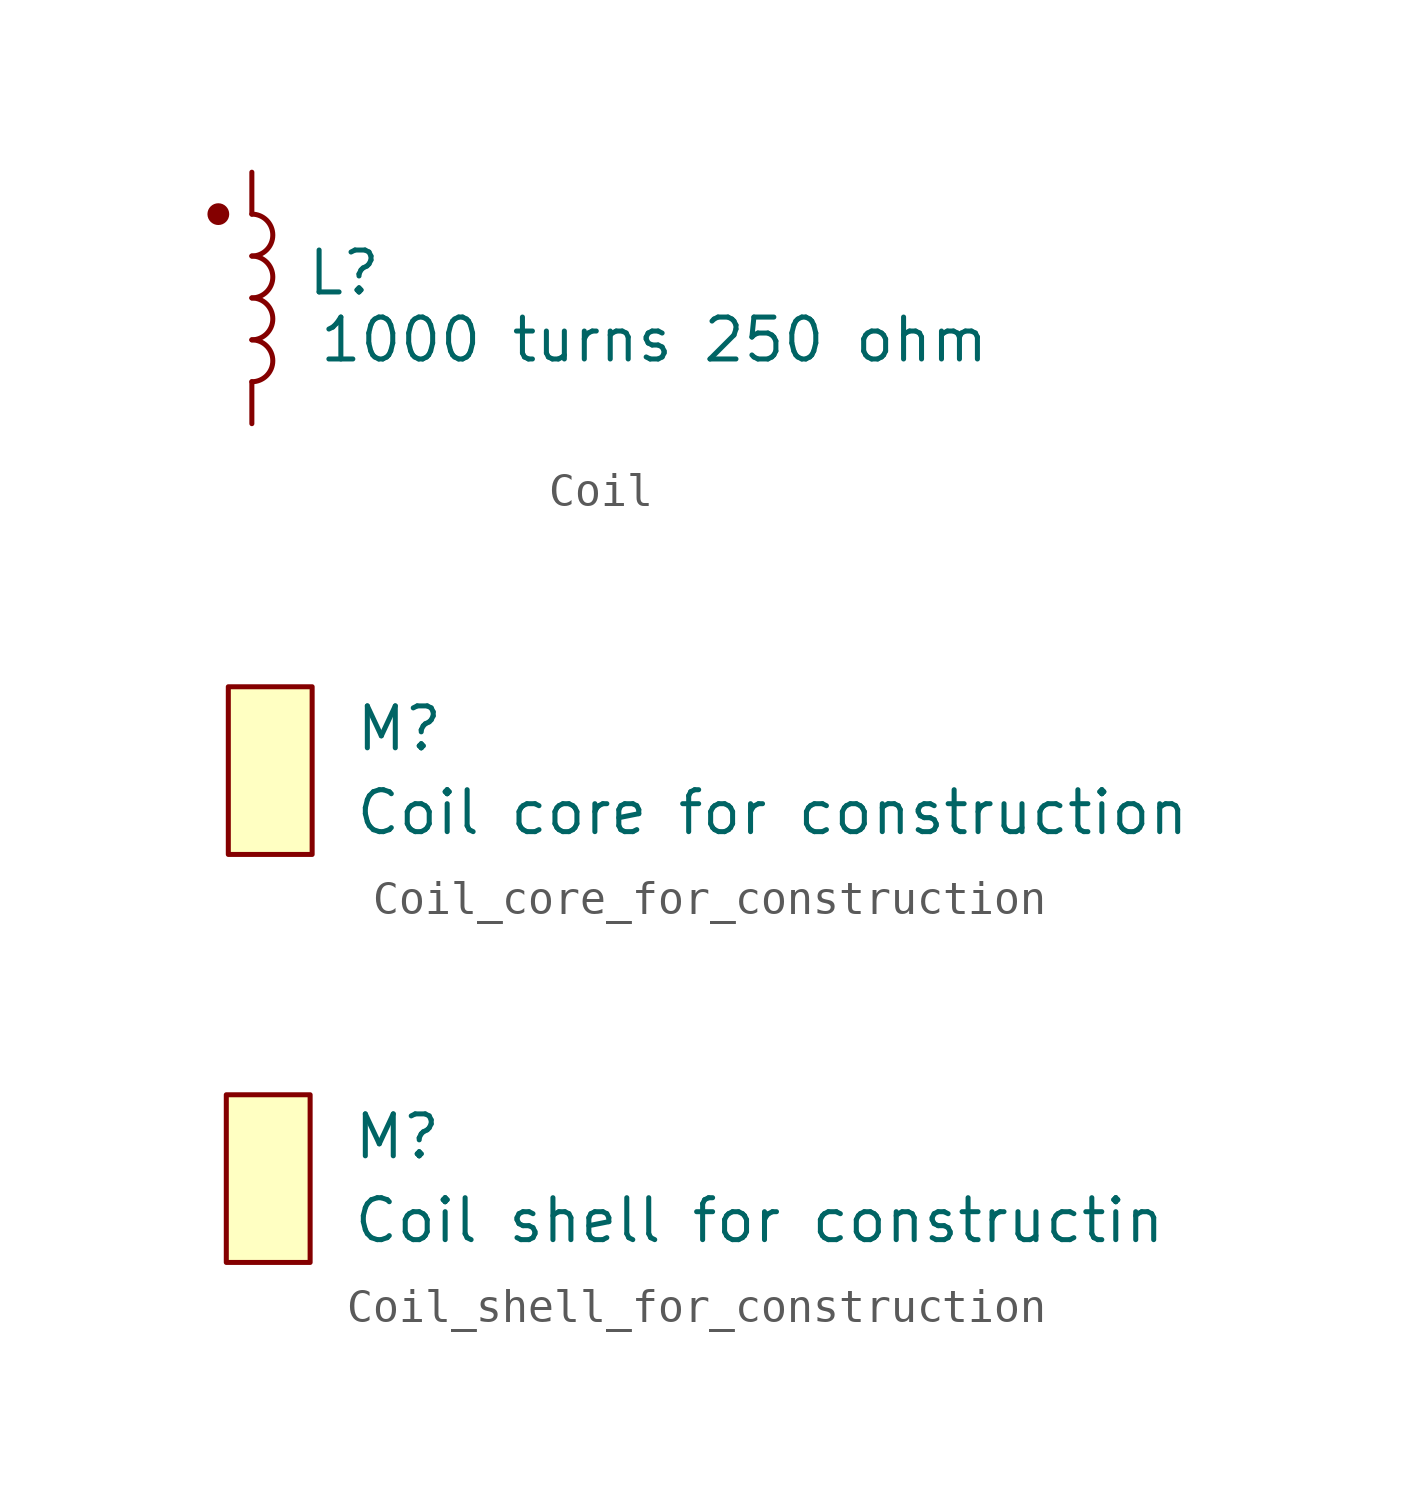
<source format=kicad_sym>
(kicad_symbol_lib
  (version 20220914)
  (generator kicad_symbol_editor)
  (symbol "Coil"
    (pin_numbers hide)
    (pin_names
      (offset 1.016) hide)
    (property "Reference" "L"
      (at 2.794 0.762 0)
      (effects (font (size 1.27 1.27))))
    (property "Value" "1000 turns 250 ohm"
      (at 12.192 -1.27 0)
      (effects (font (size 1.27 1.27))))
    (symbol "Coil_0_1"
      (arc (start 0 -2.54) (mid 0.6323 -1.905) (end 0 -1.27) (stroke (width 0) (type default)) (fill (type none)))
      (arc (start 0 -1.27) (mid 0.6323 -0.635) (end 0 0) (stroke (width 0) (type default)) (fill (type none)))
      (arc (start 0 0) (mid 0.6323 0.635) (end 0 1.27) (stroke (width 0) (type default)) (fill (type none)))
      (arc (start 0 1.27) (mid 0.6323 1.905) (end 0 2.54) (stroke (width 0) (type default)) (fill (type none))))
    (symbol "Coil_1_1"
      (circle (center -1.016 2.54) (radius 0.254) (stroke (width 0) (type default)) (fill (type outline)))
      (pin passive line (at 0 3.81 270) (length 1.27) (name "1" (effects (font (size 1.27 1.27)))) (number "1" (effects (font (size 1.27 1.27)))))
      (pin passive line (at 0 -3.81 90) (length 1.27) (name "2" (effects (font (size 1.27 1.27)))) (number "2" (effects (font (size 1.27 1.27)))))))
  (symbol "Coil_core_for_construction"
    (property "Reference" "M"
      (at 3.81 -1.27 0)
      (effects (font (size 1.27 1.27)) (justify left)))
    (property "Value" "Coil core for construction"
      (at 3.81 -3.81 0)
      (effects (font (size 1.27 1.27)) (justify left)))
    (symbol "Coil_core_for_construction_1_1"
      (rectangle (start 0 0) (end 2.54 -5.08) (stroke (width 0) (type default)) (fill (type background)))))
  (symbol "Coil_shell_for_construction"
    (property "Reference" "M"
      (at 3.81 -1.27 0)
      (effects (font (size 1.27 1.27)) (justify left)))
    (property "Value" "Coil shell for constructin"
      (at 3.81 -3.81 0)
      (effects (font (size 1.27 1.27)) (justify left)))
    (symbol "Coil_shell_for_construction_1_1"
      (rectangle (start 0 0) (end 2.54 -5.08) (stroke (width 0) (type default)) (fill (type background))))))
</source>
